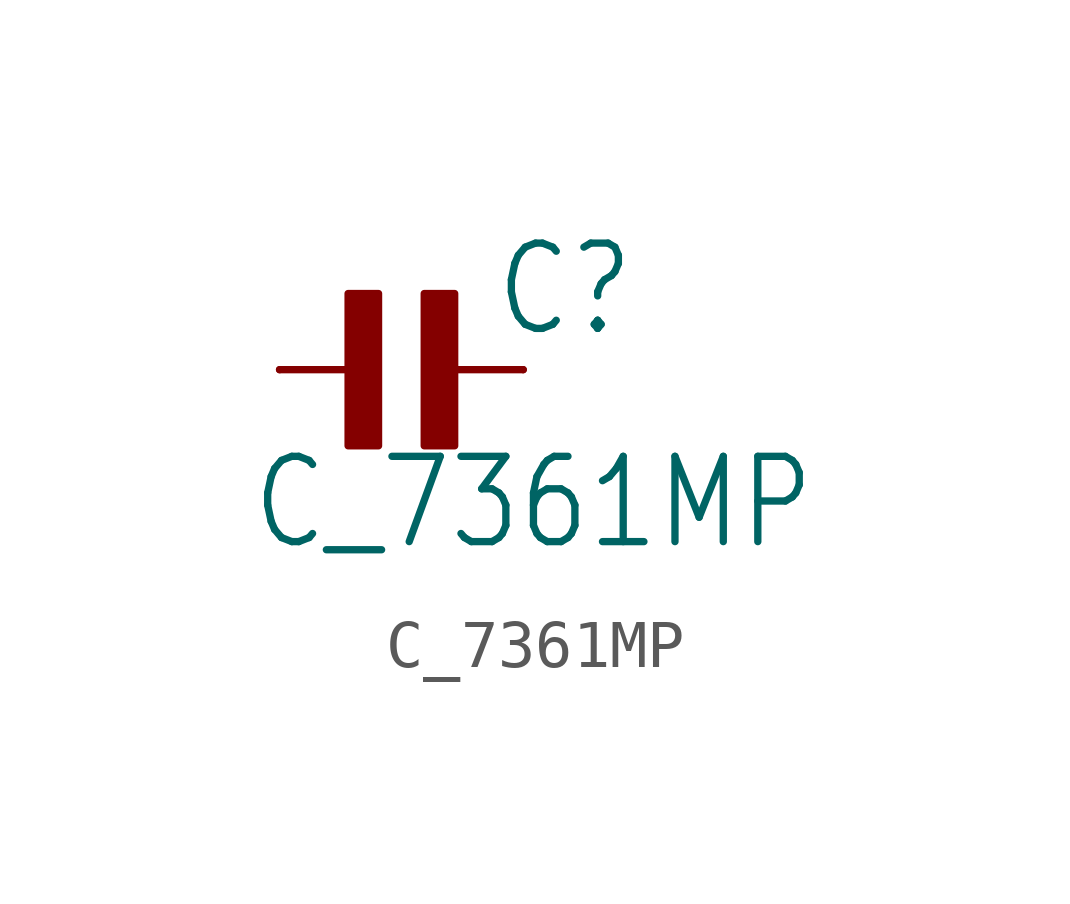
<source format=kicad_sym>
(kicad_symbol_lib
  (version 20211014)
  (generator kicad_symbol_editor)
  (symbol "C_7361MP"
    (property "Reference" "C"
      (at 1.905 0.635 0)
      (effects (font (size 1.778 1.511)) (justify left bottom)))
    (property "Value" "C_7361MP"
      (at -3.175 -3.81 0)
      (effects (font (size 1.778 1.511)) (justify left bottom)))
    (property "ki_locked" ""
      (at 0 0 0)
      (effects (font (size 1.27 1.27))))
    (symbol "C_7361MP_1_0"
      (rectangle (start -1.111 -1.587) (end -0.476 1.587) (stroke (width 0) (type default) (color 0 0 0 0)) (fill (type outline)))
      (polyline (pts (xy -2.54 0) (xy -0.635 0)) (stroke (width 0.152) (type default) (color 0 0 0 0)) (fill (type none)))
      (polyline (pts (xy 2.54 0) (xy 0.635 0)) (stroke (width 0.152) (type default) (color 0 0 0 0)) (fill (type none)))
      (rectangle (start 0.476 -1.587) (end 1.111 1.587) (stroke (width 0) (type default) (color 0 0 0 0)) (fill (type outline)))
      (pin passive line (at -2.54 0 0) (length 0) (name "1" (effects (font (size 0 0)))) (number "1" (effects (font (size 0 0)))))
      (pin passive line (at 2.54 0 180) (length 0) (name "2" (effects (font (size 0 0)))) (number "2" (effects (font (size 0 0))))))))
</source>
